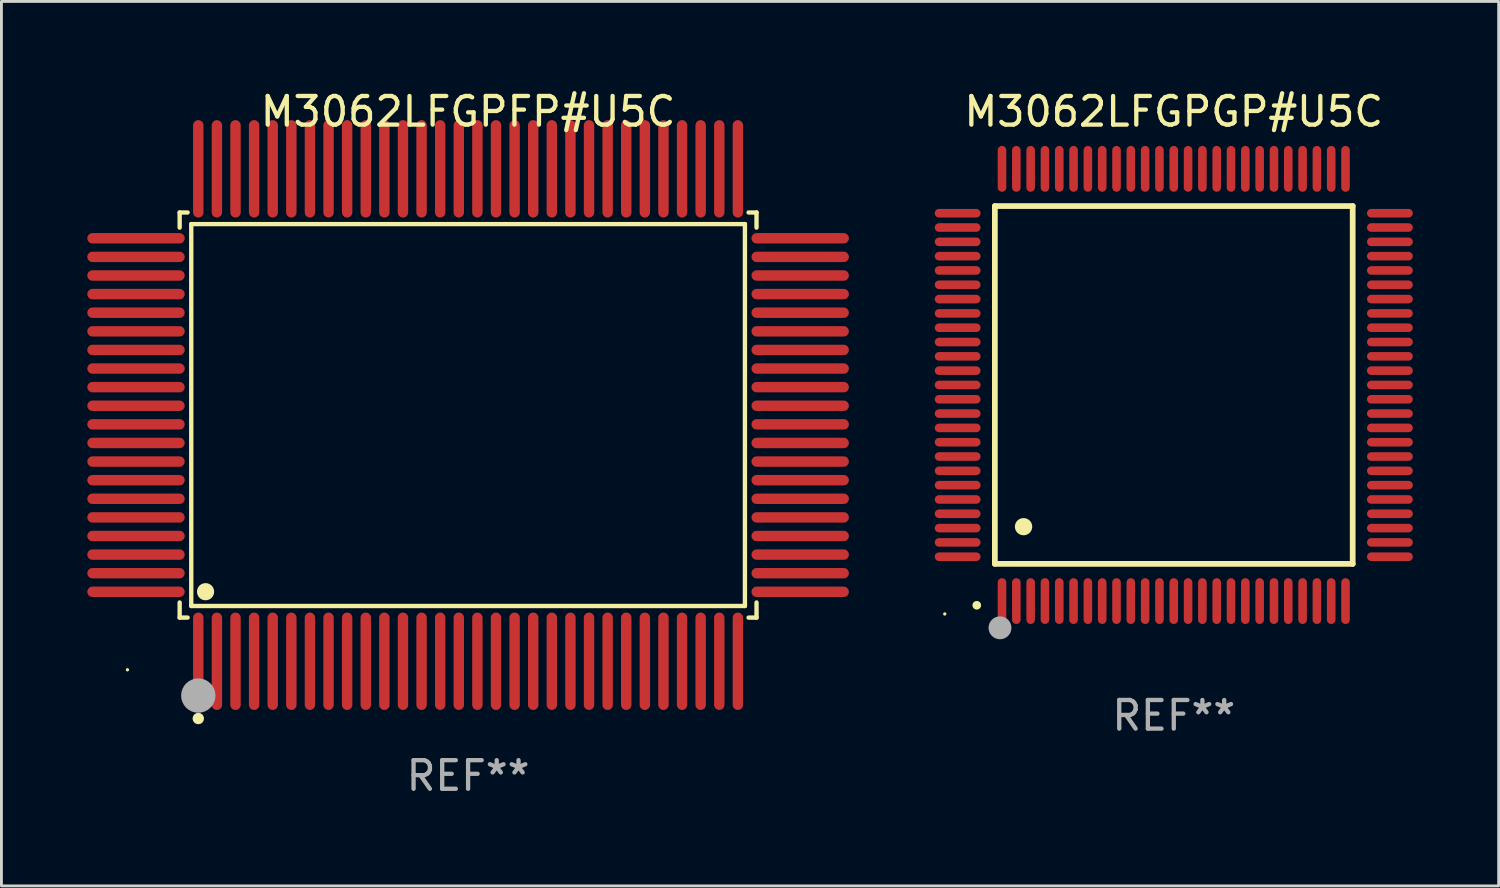
<source format=kicad_pcb>
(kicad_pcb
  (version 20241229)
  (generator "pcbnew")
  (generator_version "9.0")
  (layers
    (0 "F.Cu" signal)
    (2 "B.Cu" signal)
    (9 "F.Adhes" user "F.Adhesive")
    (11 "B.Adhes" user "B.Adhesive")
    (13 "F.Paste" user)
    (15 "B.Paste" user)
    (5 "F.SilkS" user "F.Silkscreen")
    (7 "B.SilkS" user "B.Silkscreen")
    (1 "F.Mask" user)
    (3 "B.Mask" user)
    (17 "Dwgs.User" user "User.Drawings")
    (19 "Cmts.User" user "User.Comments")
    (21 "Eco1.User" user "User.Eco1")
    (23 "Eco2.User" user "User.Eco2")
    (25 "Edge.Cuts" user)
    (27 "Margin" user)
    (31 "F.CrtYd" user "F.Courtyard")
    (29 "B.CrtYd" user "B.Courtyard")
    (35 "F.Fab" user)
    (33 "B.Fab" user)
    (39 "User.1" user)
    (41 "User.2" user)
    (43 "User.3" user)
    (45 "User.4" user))
  (footprint "M3062LFGPGP#U5C"
    (layer "F.Cu")
    (at 37.954 10.398)
    (property "Reference" "M3062LFGPGP#U5C" (at 0 -9.55 0) (layer "F.SilkS") (effects (font (size 1 1) (thickness 0.15))))
    (attr through_hole)
    (fp_line (start -6.25 -6.25) (end -6.25 6.25) (stroke (width 0.2) (type solid)) (layer "F.SilkS"))
    (fp_line (start -6.25 6.25) (end 6.25 6.25) (stroke (width 0.2) (type solid)) (layer "F.SilkS"))
    (fp_line (start 6.25 -6.25) (end -6.25 -6.25) (stroke (width 0.2) (type solid)) (layer "F.SilkS"))
    (fp_line (start 6.25 6.25) (end 6.25 -6.25) (stroke (width 0.2) (type solid)) (layer "F.SilkS"))
    (fp_arc (start -6.883414 7.696215) (mid -6.882144 7.69621) (end -6.880874 7.696215) (stroke (width 0.3) (type solid)) (layer "F.SilkS"))
    (fp_arc (start -5.250191 4.95047) (mid -5.247651 4.950459) (end -5.245111 4.95047) (stroke (width 0.6) (type solid)) (layer "F.SilkS"))
    (fp_circle (center -8 8) (end -7.97 8) (stroke (width 0.06) (type solid)) (fill no) (layer "F.SilkS"))
    (fp_circle (center -6.071 8.484) (end -5.871 8.484) (stroke (width 0.4) (type solid)) (fill no) (layer "F.Fab"))
    (fp_text user "REF**" (at 0 11.55 0) (layer "F.Fab") (effects (font (size 1 1) (thickness 0.15))))
    (pad "1" smd oval (at -6 7.55) (size 0.3 1.6) (layers "F.Cu" "F.Mask" "F.Paste"))
    (pad "2" smd oval (at -5.5 7.55) (size 0.3 1.6) (layers "F.Cu" "F.Mask" "F.Paste"))
    (pad "3" smd oval (at -5 7.55) (size 0.3 1.6) (layers "F.Cu" "F.Mask" "F.Paste"))
    (pad "4" smd oval (at -4.5 7.55) (size 0.3 1.6) (layers "F.Cu" "F.Mask" "F.Paste"))
    (pad "5" smd oval (at -4 7.55) (size 0.3 1.6) (layers "F.Cu" "F.Mask" "F.Paste"))
    (pad "6" smd oval (at -3.5 7.55) (size 0.3 1.6) (layers "F.Cu" "F.Mask" "F.Paste"))
    (pad "7" smd oval (at -3 7.55) (size 0.3 1.6) (layers "F.Cu" "F.Mask" "F.Paste"))
    (pad "8" smd oval (at -2.5 7.55) (size 0.3 1.6) (layers "F.Cu" "F.Mask" "F.Paste"))
    (pad "9" smd oval (at -2 7.55) (size 0.3 1.6) (layers "F.Cu" "F.Mask" "F.Paste"))
    (pad "10" smd oval (at -1.5 7.55) (size 0.3 1.6) (layers "F.Cu" "F.Mask" "F.Paste"))
    (pad "11" smd oval (at -1 7.55) (size 0.3 1.6) (layers "F.Cu" "F.Mask" "F.Paste"))
    (pad "12" smd oval (at -0.5 7.55) (size 0.3 1.6) (layers "F.Cu" "F.Mask" "F.Paste"))
    (pad "13" smd oval (at 0 7.55) (size 0.3 1.6) (layers "F.Cu" "F.Mask" "F.Paste"))
    (pad "14" smd oval (at 0.5 7.55) (size 0.3 1.6) (layers "F.Cu" "F.Mask" "F.Paste"))
    (pad "15" smd oval (at 1 7.55) (size 0.3 1.6) (layers "F.Cu" "F.Mask" "F.Paste"))
    (pad "16" smd oval (at 1.5 7.55) (size 0.3 1.6) (layers "F.Cu" "F.Mask" "F.Paste"))
    (pad "17" smd oval (at 2 7.55) (size 0.3 1.6) (layers "F.Cu" "F.Mask" "F.Paste"))
    (pad "18" smd oval (at 2.5 7.55) (size 0.3 1.6) (layers "F.Cu" "F.Mask" "F.Paste"))
    (pad "19" smd oval (at 3 7.55) (size 0.3 1.6) (layers "F.Cu" "F.Mask" "F.Paste"))
    (pad "20" smd oval (at 3.5 7.55) (size 0.3 1.6) (layers "F.Cu" "F.Mask" "F.Paste"))
    (pad "21" smd oval (at 4 7.55) (size 0.3 1.6) (layers "F.Cu" "F.Mask" "F.Paste"))
    (pad "22" smd oval (at 4.5 7.55) (size 0.3 1.6) (layers "F.Cu" "F.Mask" "F.Paste"))
    (pad "23" smd oval (at 5 7.55) (size 0.3 1.6) (layers "F.Cu" "F.Mask" "F.Paste"))
    (pad "24" smd oval (at 5.5 7.55) (size 0.3 1.6) (layers "F.Cu" "F.Mask" "F.Paste"))
    (pad "25" smd oval (at 6 7.55) (size 0.3 1.6) (layers "F.Cu" "F.Mask" "F.Paste"))
    (pad "26" smd oval (at 7.55 6) (size 1.6 0.3) (layers "F.Cu" "F.Mask" "F.Paste"))
    (pad "27" smd oval (at 7.55 5.5) (size 1.6 0.3) (layers "F.Cu" "F.Mask" "F.Paste"))
    (pad "28" smd oval (at 7.55 5) (size 1.6 0.3) (layers "F.Cu" "F.Mask" "F.Paste"))
    (pad "29" smd oval (at 7.55 4.5) (size 1.6 0.3) (layers "F.Cu" "F.Mask" "F.Paste"))
    (pad "30" smd oval (at 7.55 4) (size 1.6 0.3) (layers "F.Cu" "F.Mask" "F.Paste"))
    (pad "31" smd oval (at 7.55 3.5) (size 1.6 0.3) (layers "F.Cu" "F.Mask" "F.Paste"))
    (pad "32" smd oval (at 7.55 3) (size 1.6 0.3) (layers "F.Cu" "F.Mask" "F.Paste"))
    (pad "33" smd oval (at 7.55 2.5) (size 1.6 0.3) (layers "F.Cu" "F.Mask" "F.Paste"))
    (pad "34" smd oval (at 7.55 2) (size 1.6 0.3) (layers "F.Cu" "F.Mask" "F.Paste"))
    (pad "35" smd oval (at 7.55 1.5) (size 1.6 0.3) (layers "F.Cu" "F.Mask" "F.Paste"))
    (pad "36" smd oval (at 7.55 1) (size 1.6 0.3) (layers "F.Cu" "F.Mask" "F.Paste"))
    (pad "37" smd oval (at 7.55 0.5) (size 1.6 0.3) (layers "F.Cu" "F.Mask" "F.Paste"))
    (pad "38" smd oval (at 7.55 0) (size 1.6 0.3) (layers "F.Cu" "F.Mask" "F.Paste"))
    (pad "39" smd oval (at 7.55 -0.5) (size 1.6 0.3) (layers "F.Cu" "F.Mask" "F.Paste"))
    (pad "40" smd oval (at 7.55 -1) (size 1.6 0.3) (layers "F.Cu" "F.Mask" "F.Paste"))
    (pad "41" smd oval (at 7.55 -1.5) (size 1.6 0.3) (layers "F.Cu" "F.Mask" "F.Paste"))
    (pad "42" smd oval (at 7.55 -2) (size 1.6 0.3) (layers "F.Cu" "F.Mask" "F.Paste"))
    (pad "43" smd oval (at 7.55 -2.5) (size 1.6 0.3) (layers "F.Cu" "F.Mask" "F.Paste"))
    (pad "44" smd oval (at 7.55 -3) (size 1.6 0.3) (layers "F.Cu" "F.Mask" "F.Paste"))
    (pad "45" smd oval (at 7.55 -3.5) (size 1.6 0.3) (layers "F.Cu" "F.Mask" "F.Paste"))
    (pad "46" smd oval (at 7.55 -4) (size 1.6 0.3) (layers "F.Cu" "F.Mask" "F.Paste"))
    (pad "47" smd oval (at 7.55 -4.5) (size 1.6 0.3) (layers "F.Cu" "F.Mask" "F.Paste"))
    (pad "48" smd oval (at 7.55 -5) (size 1.6 0.3) (layers "F.Cu" "F.Mask" "F.Paste"))
    (pad "49" smd oval (at 7.55 -5.5) (size 1.6 0.3) (layers "F.Cu" "F.Mask" "F.Paste"))
    (pad "50" smd oval (at 7.55 -6) (size 1.6 0.3) (layers "F.Cu" "F.Mask" "F.Paste"))
    (pad "51" smd oval (at 6 -7.55) (size 0.3 1.6) (layers "F.Cu" "F.Mask" "F.Paste"))
    (pad "52" smd oval (at 5.5 -7.55) (size 0.3 1.6) (layers "F.Cu" "F.Mask" "F.Paste"))
    (pad "53" smd oval (at 5 -7.55) (size 0.3 1.6) (layers "F.Cu" "F.Mask" "F.Paste"))
    (pad "54" smd oval (at 4.5 -7.55) (size 0.3 1.6) (layers "F.Cu" "F.Mask" "F.Paste"))
    (pad "55" smd oval (at 4 -7.55) (size 0.3 1.6) (layers "F.Cu" "F.Mask" "F.Paste"))
    (pad "56" smd oval (at 3.5 -7.55) (size 0.3 1.6) (layers "F.Cu" "F.Mask" "F.Paste"))
    (pad "57" smd oval (at 3 -7.55) (size 0.3 1.6) (layers "F.Cu" "F.Mask" "F.Paste"))
    (pad "58" smd oval (at 2.5 -7.55) (size 0.3 1.6) (layers "F.Cu" "F.Mask" "F.Paste"))
    (pad "59" smd oval (at 2 -7.55) (size 0.3 1.6) (layers "F.Cu" "F.Mask" "F.Paste"))
    (pad "60" smd oval (at 1.5 -7.55) (size 0.3 1.6) (layers "F.Cu" "F.Mask" "F.Paste"))
    (pad "61" smd oval (at 1 -7.55) (size 0.3 1.6) (layers "F.Cu" "F.Mask" "F.Paste"))
    (pad "62" smd oval (at 0.5 -7.55) (size 0.3 1.6) (layers "F.Cu" "F.Mask" "F.Paste"))
    (pad "63" smd oval (at 0 -7.55) (size 0.3 1.6) (layers "F.Cu" "F.Mask" "F.Paste"))
    (pad "64" smd oval (at -0.5 -7.55) (size 0.3 1.6) (layers "F.Cu" "F.Mask" "F.Paste"))
    (pad "65" smd oval (at -1 -7.55) (size 0.3 1.6) (layers "F.Cu" "F.Mask" "F.Paste"))
    (pad "66" smd oval (at -1.5 -7.55) (size 0.3 1.6) (layers "F.Cu" "F.Mask" "F.Paste"))
    (pad "67" smd oval (at -2 -7.55) (size 0.3 1.6) (layers "F.Cu" "F.Mask" "F.Paste"))
    (pad "68" smd oval (at -2.5 -7.55) (size 0.3 1.6) (layers "F.Cu" "F.Mask" "F.Paste"))
    (pad "69" smd oval (at -3 -7.55) (size 0.3 1.6) (layers "F.Cu" "F.Mask" "F.Paste"))
    (pad "70" smd oval (at -3.5 -7.55) (size 0.3 1.6) (layers "F.Cu" "F.Mask" "F.Paste"))
    (pad "71" smd oval (at -4 -7.55) (size 0.3 1.6) (layers "F.Cu" "F.Mask" "F.Paste"))
    (pad "72" smd oval (at -4.5 -7.55) (size 0.3 1.6) (layers "F.Cu" "F.Mask" "F.Paste"))
    (pad "73" smd oval (at -5 -7.55) (size 0.3 1.6) (layers "F.Cu" "F.Mask" "F.Paste"))
    (pad "74" smd oval (at -5.5 -7.55) (size 0.3 1.6) (layers "F.Cu" "F.Mask" "F.Paste"))
    (pad "75" smd oval (at -6 -7.55) (size 0.3 1.6) (layers "F.Cu" "F.Mask" "F.Paste"))
    (pad "76" smd oval (at -7.55 -6) (size 1.6 0.3) (layers "F.Cu" "F.Mask" "F.Paste"))
    (pad "77" smd oval (at -7.55 -5.5) (size 1.6 0.3) (layers "F.Cu" "F.Mask" "F.Paste"))
    (pad "78" smd oval (at -7.55 -5) (size 1.6 0.3) (layers "F.Cu" "F.Mask" "F.Paste"))
    (pad "79" smd oval (at -7.55 -4.5) (size 1.6 0.3) (layers "F.Cu" "F.Mask" "F.Paste"))
    (pad "80" smd oval (at -7.55 -4) (size 1.6 0.3) (layers "F.Cu" "F.Mask" "F.Paste"))
    (pad "81" smd oval (at -7.55 -3.5) (size 1.6 0.3) (layers "F.Cu" "F.Mask" "F.Paste"))
    (pad "82" smd oval (at -7.55 -3) (size 1.6 0.3) (layers "F.Cu" "F.Mask" "F.Paste"))
    (pad "83" smd oval (at -7.55 -2.5) (size 1.6 0.3) (layers "F.Cu" "F.Mask" "F.Paste"))
    (pad "84" smd oval (at -7.55 -2) (size 1.6 0.3) (layers "F.Cu" "F.Mask" "F.Paste"))
    (pad "85" smd oval (at -7.55 -1.5) (size 1.6 0.3) (layers "F.Cu" "F.Mask" "F.Paste"))
    (pad "86" smd oval (at -7.55 -1) (size 1.6 0.3) (layers "F.Cu" "F.Mask" "F.Paste"))
    (pad "87" smd oval (at -7.55 -0.5) (size 1.6 0.3) (layers "F.Cu" "F.Mask" "F.Paste"))
    (pad "88" smd oval (at -7.55 0) (size 1.6 0.3) (layers "F.Cu" "F.Mask" "F.Paste"))
    (pad "89" smd oval (at -7.55 0.5) (size 1.6 0.3) (layers "F.Cu" "F.Mask" "F.Paste"))
    (pad "90" smd oval (at -7.55 1) (size 1.6 0.3) (layers "F.Cu" "F.Mask" "F.Paste"))
    (pad "91" smd oval (at -7.55 1.5) (size 1.6 0.3) (layers "F.Cu" "F.Mask" "F.Paste"))
    (pad "92" smd oval (at -7.55 2) (size 1.6 0.3) (layers "F.Cu" "F.Mask" "F.Paste"))
    (pad "93" smd oval (at -7.55 2.5) (size 1.6 0.3) (layers "F.Cu" "F.Mask" "F.Paste"))
    (pad "94" smd oval (at -7.55 3) (size 1.6 0.3) (layers "F.Cu" "F.Mask" "F.Paste"))
    (pad "95" smd oval (at -7.55 3.5) (size 1.6 0.3) (layers "F.Cu" "F.Mask" "F.Paste"))
    (pad "96" smd oval (at -7.55 4) (size 1.6 0.3) (layers "F.Cu" "F.Mask" "F.Paste"))
    (pad "97" smd oval (at -7.55 4.5) (size 1.6 0.3) (layers "F.Cu" "F.Mask" "F.Paste"))
    (pad "98" smd oval (at -7.55 5) (size 1.6 0.3) (layers "F.Cu" "F.Mask" "F.Paste"))
    (pad "99" smd oval (at -7.55 5.5) (size 1.6 0.3) (layers "F.Cu" "F.Mask" "F.Paste"))
    (pad "100" smd oval (at -7.55 6) (size 1.6 0.3) (layers "F.Cu" "F.Mask" "F.Paste")))
  (footprint "M3062LFGPFP#U5C"
    (layer "F.Cu")
    (at 13.302 11.449)
    (property "Reference" "M3062LFGPFP#U5C" (at 0 -10.601 0) (layer "F.SilkS") (effects (font (size 1 1) (thickness 0.15))))
    (attr through_hole)
    (fp_line (start -10.076 -7.076) (end -9.798 -7.076) (stroke (width 0.152) (type solid)) (layer "F.SilkS"))
    (fp_line (start -10.076 -6.548) (end -10.076 -7.076) (stroke (width 0.152) (type solid)) (layer "F.SilkS"))
    (fp_line (start -10.076 6.548) (end -10.076 7.076) (stroke (width 0.152) (type solid)) (layer "F.SilkS"))
    (fp_line (start -10.076 7.076) (end -9.798 7.076) (stroke (width 0.152) (type solid)) (layer "F.SilkS"))
    (fp_line (start -9.671 -6.671) (end 9.671 -6.671) (stroke (width 0.152) (type solid)) (layer "F.SilkS"))
    (fp_line (start -9.671 6.671) (end -9.671 -6.671) (stroke (width 0.152) (type solid)) (layer "F.SilkS"))
    (fp_line (start 9.671 -6.671) (end 9.671 6.671) (stroke (width 0.152) (type solid)) (layer "F.SilkS"))
    (fp_line (start 9.671 6.671) (end -9.671 6.671) (stroke (width 0.152) (type solid)) (layer "F.SilkS"))
    (fp_line (start 10.076 -7.076) (end 9.798 -7.076) (stroke (width 0.152) (type solid)) (layer "F.SilkS"))
    (fp_line (start 10.076 -6.548) (end 10.076 -7.076) (stroke (width 0.152) (type solid)) (layer "F.SilkS"))
    (fp_line (start 10.076 6.548) (end 10.076 7.076) (stroke (width 0.152) (type solid)) (layer "F.SilkS"))
    (fp_line (start 10.076 7.076) (end 9.798 7.076) (stroke (width 0.152) (type solid)) (layer "F.SilkS"))
    (fp_circle (center -11.9 8.9) (end -11.87 8.9) (stroke (width 0.06) (type solid)) (fill no) (layer "F.SilkS"))
    (fp_circle (center -9.425 10.602) (end -9.325 10.602) (stroke (width 0.2) (type solid)) (fill no) (layer "F.SilkS"))
    (fp_circle (center -9.171 6.171) (end -9.021 6.171) (stroke (width 0.3) (type solid)) (fill no) (layer "F.SilkS"))
    (fp_circle (center -9.425 9.8) (end -9.125 9.8) (stroke (width 0.6) (type solid)) (fill no) (layer "F.Fab"))
    (fp_text user "REF**" (at 0 12.601 0) (layer "F.Fab") (effects (font (size 1 1) (thickness 0.15))))
    (pad "1" smd oval (at -9.425 8.601) (size 0.364 3.402) (layers "F.Cu" "F.Mask" "F.Paste"))
    (pad "2" smd oval (at -8.775 8.601) (size 0.364 3.402) (layers "F.Cu" "F.Mask" "F.Paste"))
    (pad "3" smd oval (at -8.125 8.601) (size 0.364 3.402) (layers "F.Cu" "F.Mask" "F.Paste"))
    (pad "4" smd oval (at -7.475 8.601) (size 0.364 3.402) (layers "F.Cu" "F.Mask" "F.Paste"))
    (pad "5" smd oval (at -6.825 8.601) (size 0.364 3.402) (layers "F.Cu" "F.Mask" "F.Paste"))
    (pad "6" smd oval (at -6.175 8.601) (size 0.364 3.402) (layers "F.Cu" "F.Mask" "F.Paste"))
    (pad "7" smd oval (at -5.525 8.601) (size 0.364 3.402) (layers "F.Cu" "F.Mask" "F.Paste"))
    (pad "8" smd oval (at -4.875 8.601) (size 0.364 3.402) (layers "F.Cu" "F.Mask" "F.Paste"))
    (pad "9" smd oval (at -4.225 8.601) (size 0.364 3.402) (layers "F.Cu" "F.Mask" "F.Paste"))
    (pad "10" smd oval (at -3.575 8.601) (size 0.364 3.402) (layers "F.Cu" "F.Mask" "F.Paste"))
    (pad "11" smd oval (at -2.925 8.601) (size 0.364 3.402) (layers "F.Cu" "F.Mask" "F.Paste"))
    (pad "12" smd oval (at -2.275 8.601) (size 0.364 3.402) (layers "F.Cu" "F.Mask" "F.Paste"))
    (pad "13" smd oval (at -1.625 8.601) (size 0.364 3.402) (layers "F.Cu" "F.Mask" "F.Paste"))
    (pad "14" smd oval (at -0.975 8.601) (size 0.364 3.402) (layers "F.Cu" "F.Mask" "F.Paste"))
    (pad "15" smd oval (at -0.325 8.601) (size 0.364 3.402) (layers "F.Cu" "F.Mask" "F.Paste"))
    (pad "16" smd oval (at 0.325 8.601) (size 0.364 3.402) (layers "F.Cu" "F.Mask" "F.Paste"))
    (pad "17" smd oval (at 0.975 8.601) (size 0.364 3.402) (layers "F.Cu" "F.Mask" "F.Paste"))
    (pad "18" smd oval (at 1.625 8.601) (size 0.364 3.402) (layers "F.Cu" "F.Mask" "F.Paste"))
    (pad "19" smd oval (at 2.275 8.601) (size 0.364 3.402) (layers "F.Cu" "F.Mask" "F.Paste"))
    (pad "20" smd oval (at 2.925 8.601) (size 0.364 3.402) (layers "F.Cu" "F.Mask" "F.Paste"))
    (pad "21" smd oval (at 3.575 8.601) (size 0.364 3.402) (layers "F.Cu" "F.Mask" "F.Paste"))
    (pad "22" smd oval (at 4.225 8.601) (size 0.364 3.402) (layers "F.Cu" "F.Mask" "F.Paste"))
    (pad "23" smd oval (at 4.875 8.601) (size 0.364 3.402) (layers "F.Cu" "F.Mask" "F.Paste"))
    (pad "24" smd oval (at 5.525 8.601) (size 0.364 3.402) (layers "F.Cu" "F.Mask" "F.Paste"))
    (pad "25" smd oval (at 6.175 8.601) (size 0.364 3.402) (layers "F.Cu" "F.Mask" "F.Paste"))
    (pad "26" smd oval (at 6.825 8.601) (size 0.364 3.402) (layers "F.Cu" "F.Mask" "F.Paste"))
    (pad "27" smd oval (at 7.475 8.601) (size 0.364 3.402) (layers "F.Cu" "F.Mask" "F.Paste"))
    (pad "28" smd oval (at 8.125 8.601) (size 0.364 3.402) (layers "F.Cu" "F.Mask" "F.Paste"))
    (pad "29" smd oval (at 8.775 8.601) (size 0.364 3.402) (layers "F.Cu" "F.Mask" "F.Paste"))
    (pad "30" smd oval (at 9.425 8.601) (size 0.364 3.402) (layers "F.Cu" "F.Mask" "F.Paste"))
    (pad "31" smd oval (at 11.601 6.175) (size 3.402 0.364) (layers "F.Cu" "F.Mask" "F.Paste"))
    (pad "32" smd oval (at 11.601 5.525) (size 3.402 0.364) (layers "F.Cu" "F.Mask" "F.Paste"))
    (pad "33" smd oval (at 11.601 4.875) (size 3.402 0.364) (layers "F.Cu" "F.Mask" "F.Paste"))
    (pad "34" smd oval (at 11.601 4.225) (size 3.402 0.364) (layers "F.Cu" "F.Mask" "F.Paste"))
    (pad "35" smd oval (at 11.601 3.575) (size 3.402 0.364) (layers "F.Cu" "F.Mask" "F.Paste"))
    (pad "36" smd oval (at 11.601 2.925) (size 3.402 0.364) (layers "F.Cu" "F.Mask" "F.Paste"))
    (pad "37" smd oval (at 11.601 2.275) (size 3.402 0.364) (layers "F.Cu" "F.Mask" "F.Paste"))
    (pad "38" smd oval (at 11.601 1.625) (size 3.402 0.364) (layers "F.Cu" "F.Mask" "F.Paste"))
    (pad "39" smd oval (at 11.601 0.975) (size 3.402 0.364) (layers "F.Cu" "F.Mask" "F.Paste"))
    (pad "40" smd oval (at 11.601 0.325) (size 3.402 0.364) (layers "F.Cu" "F.Mask" "F.Paste"))
    (pad "41" smd oval (at 11.601 -0.325) (size 3.402 0.364) (layers "F.Cu" "F.Mask" "F.Paste"))
    (pad "42" smd oval (at 11.601 -0.975) (size 3.402 0.364) (layers "F.Cu" "F.Mask" "F.Paste"))
    (pad "43" smd oval (at 11.601 -1.625) (size 3.402 0.364) (layers "F.Cu" "F.Mask" "F.Paste"))
    (pad "44" smd oval (at 11.601 -2.275) (size 3.402 0.364) (layers "F.Cu" "F.Mask" "F.Paste"))
    (pad "45" smd oval (at 11.601 -2.925) (size 3.402 0.364) (layers "F.Cu" "F.Mask" "F.Paste"))
    (pad "46" smd oval (at 11.601 -3.575) (size 3.402 0.364) (layers "F.Cu" "F.Mask" "F.Paste"))
    (pad "47" smd oval (at 11.601 -4.225) (size 3.402 0.364) (layers "F.Cu" "F.Mask" "F.Paste"))
    (pad "48" smd oval (at 11.601 -4.875) (size 3.402 0.364) (layers "F.Cu" "F.Mask" "F.Paste"))
    (pad "49" smd oval (at 11.601 -5.525) (size 3.402 0.364) (layers "F.Cu" "F.Mask" "F.Paste"))
    (pad "50" smd oval (at 11.601 -6.175) (size 3.402 0.364) (layers "F.Cu" "F.Mask" "F.Paste"))
    (pad "51" smd oval (at 9.425 -8.601) (size 0.364 3.402) (layers "F.Cu" "F.Mask" "F.Paste"))
    (pad "52" smd oval (at 8.775 -8.601) (size 0.364 3.402) (layers "F.Cu" "F.Mask" "F.Paste"))
    (pad "53" smd oval (at 8.125 -8.601) (size 0.364 3.402) (layers "F.Cu" "F.Mask" "F.Paste"))
    (pad "54" smd oval (at 7.475 -8.601) (size 0.364 3.402) (layers "F.Cu" "F.Mask" "F.Paste"))
    (pad "55" smd oval (at 6.825 -8.601) (size 0.364 3.402) (layers "F.Cu" "F.Mask" "F.Paste"))
    (pad "56" smd oval (at 6.175 -8.601) (size 0.364 3.402) (layers "F.Cu" "F.Mask" "F.Paste"))
    (pad "57" smd oval (at 5.525 -8.601) (size 0.364 3.402) (layers "F.Cu" "F.Mask" "F.Paste"))
    (pad "58" smd oval (at 4.875 -8.601) (size 0.364 3.402) (layers "F.Cu" "F.Mask" "F.Paste"))
    (pad "59" smd oval (at 4.225 -8.601) (size 0.364 3.402) (layers "F.Cu" "F.Mask" "F.Paste"))
    (pad "60" smd oval (at 3.575 -8.601) (size 0.364 3.402) (layers "F.Cu" "F.Mask" "F.Paste"))
    (pad "61" smd oval (at 2.925 -8.601) (size 0.364 3.402) (layers "F.Cu" "F.Mask" "F.Paste"))
    (pad "62" smd oval (at 2.275 -8.601) (size 0.364 3.402) (layers "F.Cu" "F.Mask" "F.Paste"))
    (pad "63" smd oval (at 1.625 -8.601) (size 0.364 3.402) (layers "F.Cu" "F.Mask" "F.Paste"))
    (pad "64" smd oval (at 0.975 -8.601) (size 0.364 3.402) (layers "F.Cu" "F.Mask" "F.Paste"))
    (pad "65" smd oval (at 0.325 -8.601) (size 0.364 3.402) (layers "F.Cu" "F.Mask" "F.Paste"))
    (pad "66" smd oval (at -0.325 -8.601) (size 0.364 3.402) (layers "F.Cu" "F.Mask" "F.Paste"))
    (pad "67" smd oval (at -0.975 -8.601) (size 0.364 3.402) (layers "F.Cu" "F.Mask" "F.Paste"))
    (pad "68" smd oval (at -1.625 -8.601) (size 0.364 3.402) (layers "F.Cu" "F.Mask" "F.Paste"))
    (pad "69" smd oval (at -2.275 -8.601) (size 0.364 3.402) (layers "F.Cu" "F.Mask" "F.Paste"))
    (pad "70" smd oval (at -2.925 -8.601) (size 0.364 3.402) (layers "F.Cu" "F.Mask" "F.Paste"))
    (pad "71" smd oval (at -3.575 -8.601) (size 0.364 3.402) (layers "F.Cu" "F.Mask" "F.Paste"))
    (pad "72" smd oval (at -4.225 -8.601) (size 0.364 3.402) (layers "F.Cu" "F.Mask" "F.Paste"))
    (pad "73" smd oval (at -4.875 -8.601) (size 0.364 3.402) (layers "F.Cu" "F.Mask" "F.Paste"))
    (pad "74" smd oval (at -5.525 -8.601) (size 0.364 3.402) (layers "F.Cu" "F.Mask" "F.Paste"))
    (pad "75" smd oval (at -6.175 -8.601) (size 0.364 3.402) (layers "F.Cu" "F.Mask" "F.Paste"))
    (pad "76" smd oval (at -6.825 -8.601) (size 0.364 3.402) (layers "F.Cu" "F.Mask" "F.Paste"))
    (pad "77" smd oval (at -7.475 -8.601) (size 0.364 3.402) (layers "F.Cu" "F.Mask" "F.Paste"))
    (pad "78" smd oval (at -8.125 -8.601) (size 0.364 3.402) (layers "F.Cu" "F.Mask" "F.Paste"))
    (pad "79" smd oval (at -8.775 -8.601) (size 0.364 3.402) (layers "F.Cu" "F.Mask" "F.Paste"))
    (pad "80" smd oval (at -9.425 -8.601) (size 0.364 3.402) (layers "F.Cu" "F.Mask" "F.Paste"))
    (pad "81" smd oval (at -11.601 -6.175) (size 3.402 0.364) (layers "F.Cu" "F.Mask" "F.Paste"))
    (pad "82" smd oval (at -11.601 -5.525) (size 3.402 0.364) (layers "F.Cu" "F.Mask" "F.Paste"))
    (pad "83" smd oval (at -11.601 -4.875) (size 3.402 0.364) (layers "F.Cu" "F.Mask" "F.Paste"))
    (pad "84" smd oval (at -11.601 -4.225) (size 3.402 0.364) (layers "F.Cu" "F.Mask" "F.Paste"))
    (pad "85" smd oval (at -11.601 -3.575) (size 3.402 0.364) (layers "F.Cu" "F.Mask" "F.Paste"))
    (pad "86" smd oval (at -11.601 -2.925) (size 3.402 0.364) (layers "F.Cu" "F.Mask" "F.Paste"))
    (pad "87" smd oval (at -11.601 -2.275) (size 3.402 0.364) (layers "F.Cu" "F.Mask" "F.Paste"))
    (pad "88" smd oval (at -11.601 -1.625) (size 3.402 0.364) (layers "F.Cu" "F.Mask" "F.Paste"))
    (pad "89" smd oval (at -11.601 -0.975) (size 3.402 0.364) (layers "F.Cu" "F.Mask" "F.Paste"))
    (pad "90" smd oval (at -11.601 -0.325) (size 3.402 0.364) (layers "F.Cu" "F.Mask" "F.Paste"))
    (pad "91" smd oval (at -11.601 0.325) (size 3.402 0.364) (layers "F.Cu" "F.Mask" "F.Paste"))
    (pad "92" smd oval (at -11.601 0.975) (size 3.402 0.364) (layers "F.Cu" "F.Mask" "F.Paste"))
    (pad "93" smd oval (at -11.601 1.625) (size 3.402 0.364) (layers "F.Cu" "F.Mask" "F.Paste"))
    (pad "94" smd oval (at -11.601 2.275) (size 3.402 0.364) (layers "F.Cu" "F.Mask" "F.Paste"))
    (pad "95" smd oval (at -11.601 2.925) (size 3.402 0.364) (layers "F.Cu" "F.Mask" "F.Paste"))
    (pad "96" smd oval (at -11.601 3.575) (size 3.402 0.364) (layers "F.Cu" "F.Mask" "F.Paste"))
    (pad "97" smd oval (at -11.601 4.225) (size 3.402 0.364) (layers "F.Cu" "F.Mask" "F.Paste"))
    (pad "98" smd oval (at -11.601 4.875) (size 3.402 0.364) (layers "F.Cu" "F.Mask" "F.Paste"))
    (pad "99" smd oval (at -11.601 5.525) (size 3.402 0.364) (layers "F.Cu" "F.Mask" "F.Paste"))
    (pad "100" smd oval (at -11.601 6.175) (size 3.402 0.364) (layers "F.Cu" "F.Mask" "F.Paste")))
  (gr_rect
    (start -3 -3)
    (end 49.304 27.898)
    (stroke (width 0.1) (type default))
    (fill no)
    (layer "Edge.Cuts")))
</source>
